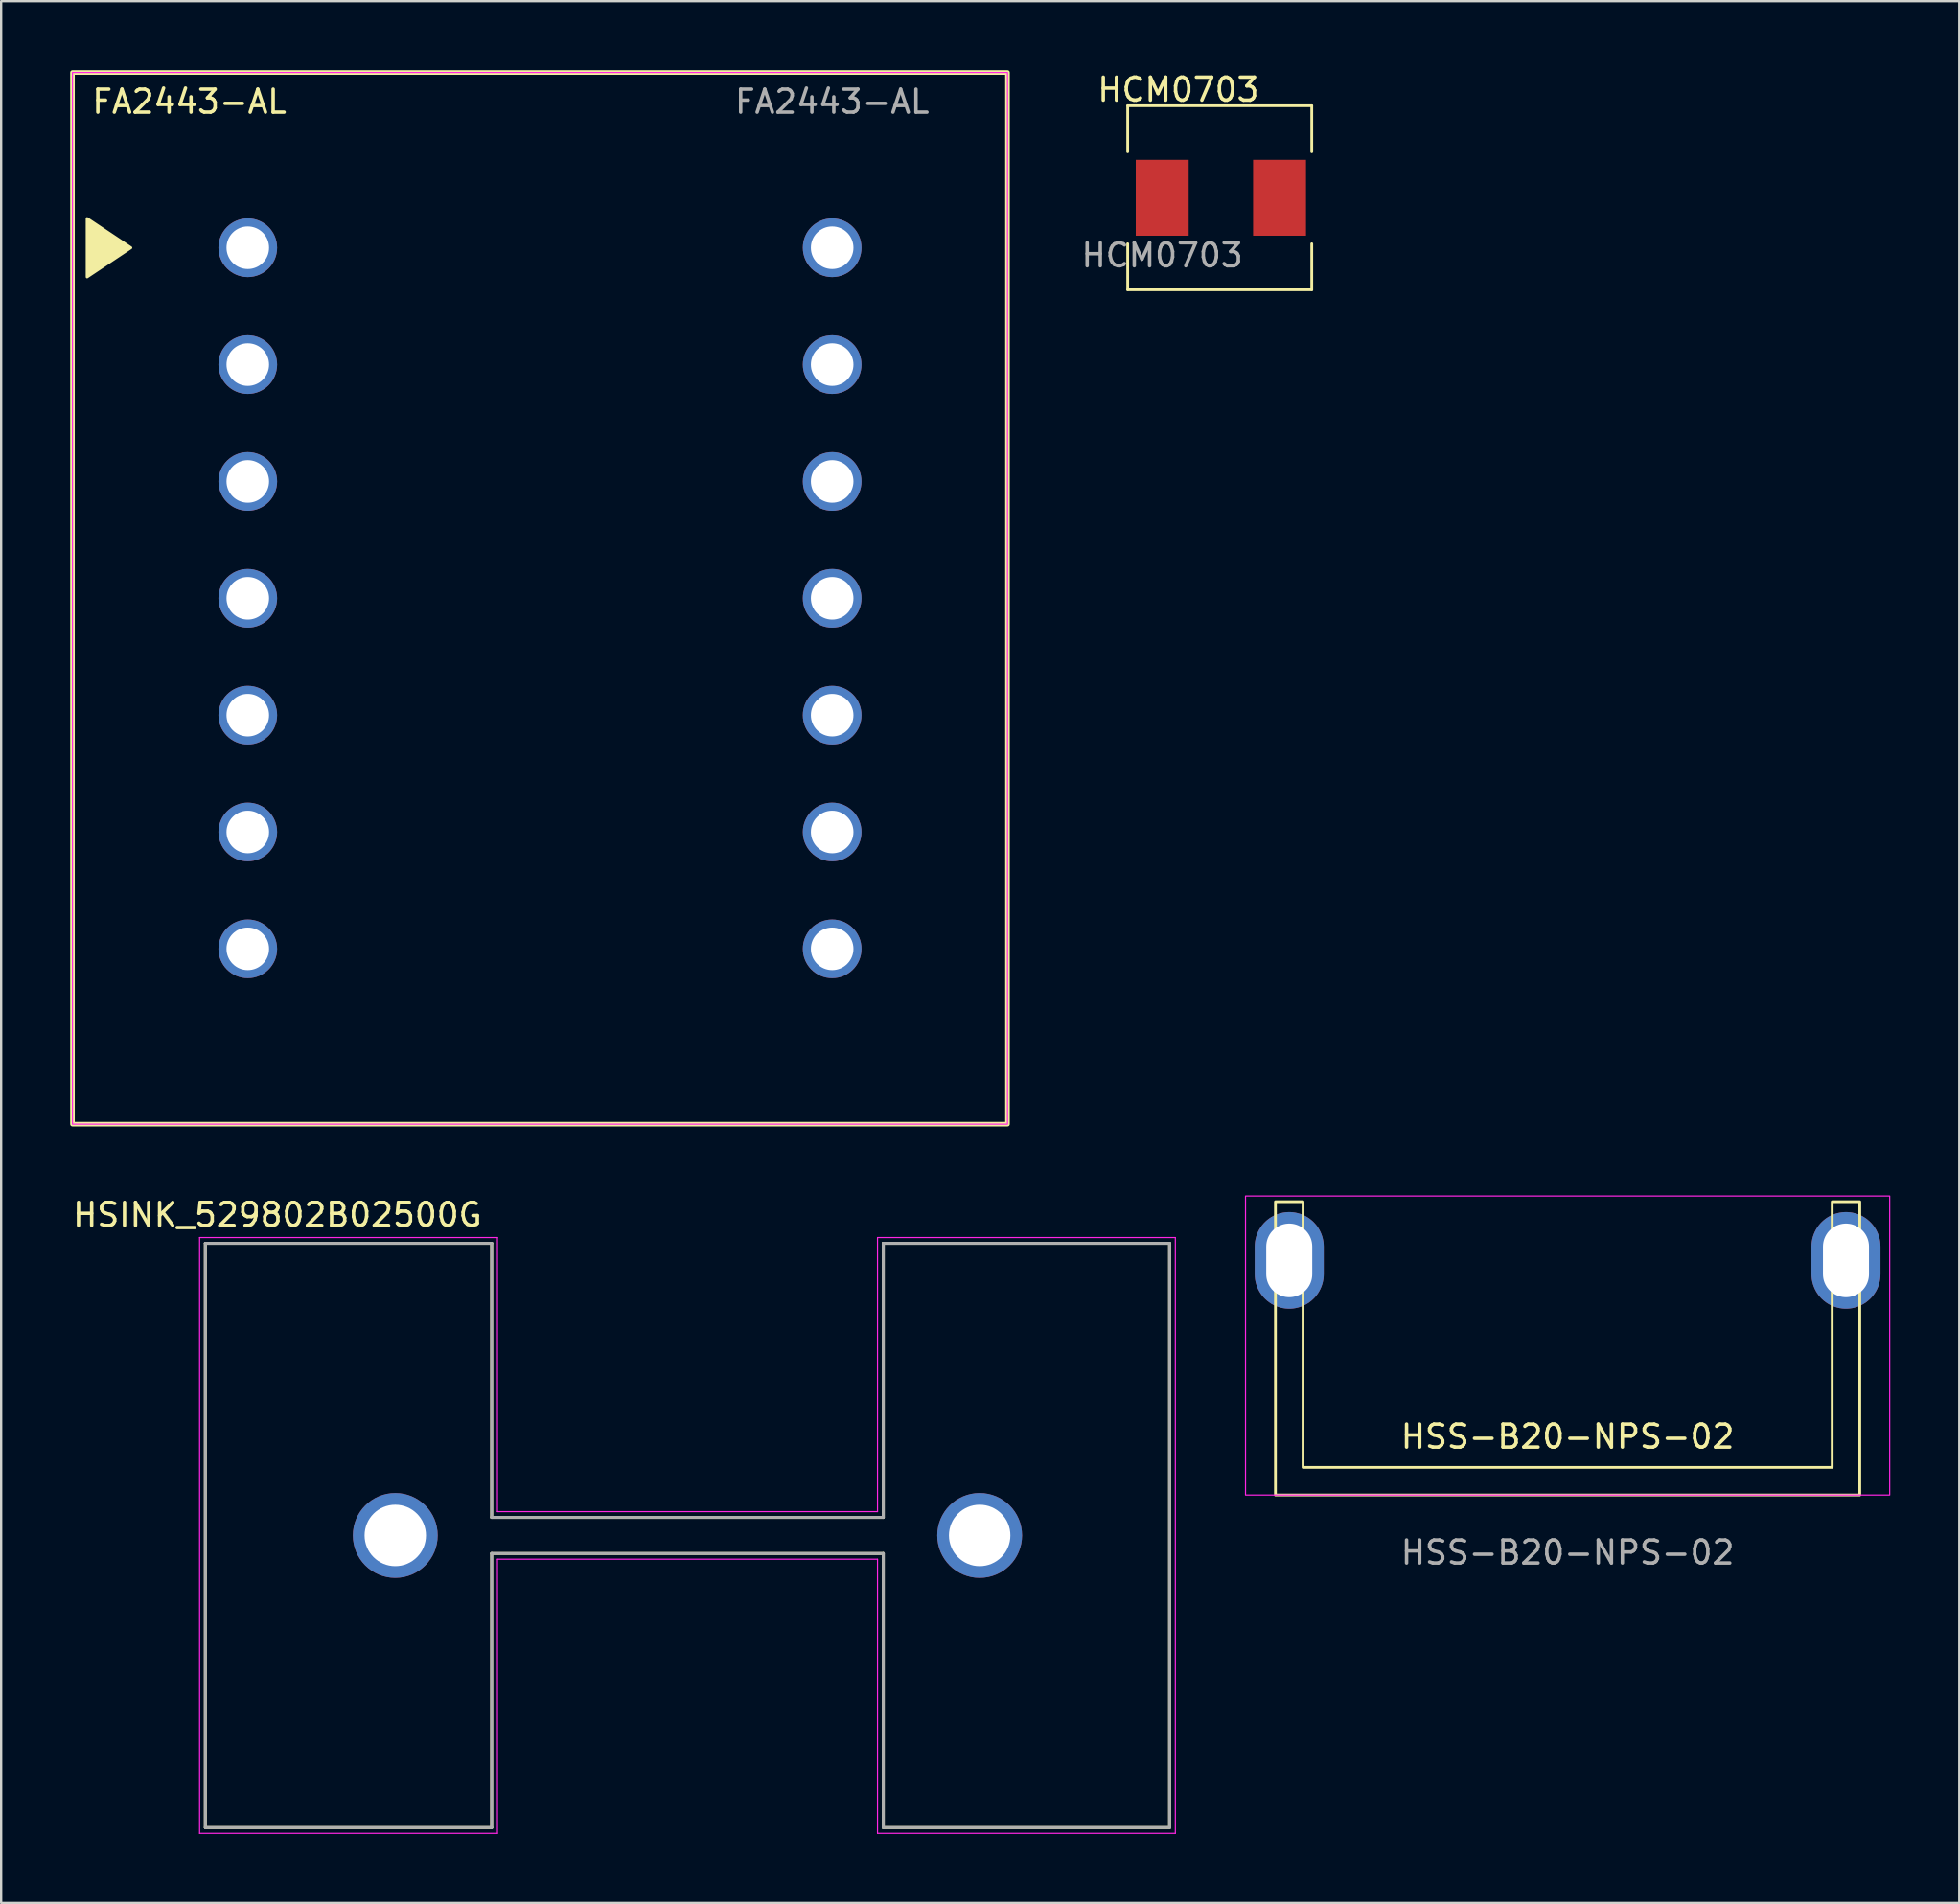
<source format=kicad_pcb>
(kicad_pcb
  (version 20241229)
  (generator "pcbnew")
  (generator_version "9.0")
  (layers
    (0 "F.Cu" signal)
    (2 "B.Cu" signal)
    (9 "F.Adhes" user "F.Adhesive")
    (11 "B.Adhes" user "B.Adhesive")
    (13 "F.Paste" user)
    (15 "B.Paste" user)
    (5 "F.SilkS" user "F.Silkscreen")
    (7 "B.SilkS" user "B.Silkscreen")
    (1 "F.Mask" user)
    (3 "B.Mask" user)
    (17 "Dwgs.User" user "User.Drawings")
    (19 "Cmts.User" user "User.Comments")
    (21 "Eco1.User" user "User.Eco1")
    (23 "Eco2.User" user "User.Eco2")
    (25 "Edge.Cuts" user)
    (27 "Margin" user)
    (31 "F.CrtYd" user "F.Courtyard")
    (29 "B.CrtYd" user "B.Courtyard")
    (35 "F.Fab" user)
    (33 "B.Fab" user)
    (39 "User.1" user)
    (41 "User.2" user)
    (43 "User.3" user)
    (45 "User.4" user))
  (footprint "HSINK_529802B02500G"
    (layer "F.Cu")
    (at 26.831 63.703)
    (property "Reference" "HSINK_529802B02500G" (at -17.825 -13.935 0) (layer "F.SilkS") (effects (font (size 1 1) (thickness 0.15))))
    (attr through_hole)
    (fp_line (start -20.955 -12.7) (end -8.51 -12.7) (stroke (width 0.127) (type solid)) (layer "F.SilkS"))
    (fp_line (start -20.955 12.7) (end -20.955 -12.7) (stroke (width 0.127) (type solid)) (layer "F.SilkS"))
    (fp_line (start -8.51 -12.7) (end -8.51 -0.785) (stroke (width 0.127) (type solid)) (layer "F.SilkS"))
    (fp_line (start -8.51 -0.785) (end 8.51 -0.785) (stroke (width 0.127) (type solid)) (layer "F.SilkS"))
    (fp_line (start -8.51 0.785) (end -8.51 12.7) (stroke (width 0.127) (type solid)) (layer "F.SilkS"))
    (fp_line (start -8.51 12.7) (end -20.955 12.7) (stroke (width 0.127) (type solid)) (layer "F.SilkS"))
    (fp_line (start 8.51 -12.7) (end 20.955 -12.7) (stroke (width 0.127) (type solid)) (layer "F.SilkS"))
    (fp_line (start 8.51 -0.785) (end 8.51 -12.7) (stroke (width 0.127) (type solid)) (layer "F.SilkS"))
    (fp_line (start 8.51 0.785) (end -8.51 0.785) (stroke (width 0.127) (type solid)) (layer "F.SilkS"))
    (fp_line (start 8.51 12.7) (end 8.51 0.785) (stroke (width 0.127) (type solid)) (layer "F.SilkS"))
    (fp_line (start 20.955 -12.7) (end 20.955 12.7) (stroke (width 0.127) (type solid)) (layer "F.SilkS"))
    (fp_line (start 20.955 12.7) (end 8.51 12.7) (stroke (width 0.127) (type solid)) (layer "F.SilkS"))
    (fp_line (start -21.205 -12.95) (end -8.26 -12.95) (stroke (width 0.05) (type solid)) (layer "F.CrtYd"))
    (fp_line (start -21.205 12.95) (end -21.205 -12.95) (stroke (width 0.05) (type solid)) (layer "F.CrtYd"))
    (fp_line (start -8.26 -12.95) (end -8.26 -1.035) (stroke (width 0.05) (type solid)) (layer "F.CrtYd"))
    (fp_line (start -8.26 -1.035) (end 8.26 -1.035) (stroke (width 0.05) (type solid)) (layer "F.CrtYd"))
    (fp_line (start -8.26 1.035) (end -8.26 12.95) (stroke (width 0.05) (type solid)) (layer "F.CrtYd"))
    (fp_line (start -8.26 12.95) (end -21.205 12.95) (stroke (width 0.05) (type solid)) (layer "F.CrtYd"))
    (fp_line (start 8.26 -12.95) (end 21.205 -12.95) (stroke (width 0.05) (type solid)) (layer "F.CrtYd"))
    (fp_line (start 8.26 -1.035) (end 8.26 -12.95) (stroke (width 0.05) (type solid)) (layer "F.CrtYd"))
    (fp_line (start 8.26 1.035) (end -8.26 1.035) (stroke (width 0.05) (type solid)) (layer "F.CrtYd"))
    (fp_line (start 8.26 12.95) (end 8.26 1.035) (stroke (width 0.05) (type solid)) (layer "F.CrtYd"))
    (fp_line (start 21.205 -12.95) (end 21.205 12.95) (stroke (width 0.05) (type solid)) (layer "F.CrtYd"))
    (fp_line (start 21.205 12.95) (end 8.26 12.95) (stroke (width 0.05) (type solid)) (layer "F.CrtYd"))
    (fp_line (start -20.955 -12.7) (end -8.51 -12.7) (stroke (width 0.127) (type solid)) (layer "F.Fab"))
    (fp_line (start -20.955 12.7) (end -20.955 -12.7) (stroke (width 0.127) (type solid)) (layer "F.Fab"))
    (fp_line (start -8.51 -12.7) (end -8.51 -0.785) (stroke (width 0.127) (type solid)) (layer "F.Fab"))
    (fp_line (start -8.51 -0.785) (end 8.51 -0.785) (stroke (width 0.127) (type solid)) (layer "F.Fab"))
    (fp_line (start -8.51 0.785) (end -8.51 12.7) (stroke (width 0.127) (type solid)) (layer "F.Fab"))
    (fp_line (start -8.51 12.7) (end -20.955 12.7) (stroke (width 0.127) (type solid)) (layer "F.Fab"))
    (fp_line (start 8.51 -12.7) (end 20.955 -12.7) (stroke (width 0.127) (type solid)) (layer "F.Fab"))
    (fp_line (start 8.51 -0.785) (end 8.51 -12.7) (stroke (width 0.127) (type solid)) (layer "F.Fab"))
    (fp_line (start 8.51 0.785) (end -8.51 0.785) (stroke (width 0.127) (type solid)) (layer "F.Fab"))
    (fp_line (start 8.51 12.7) (end 8.51 0.785) (stroke (width 0.127) (type solid)) (layer "F.Fab"))
    (fp_line (start 20.955 -12.7) (end 20.955 12.7) (stroke (width 0.127) (type solid)) (layer "F.Fab"))
    (fp_line (start 20.955 12.7) (end 8.51 12.7) (stroke (width 0.127) (type solid)) (layer "F.Fab"))
    (pad "S1" thru_hole circle (at -12.7 0) (size 3.686 3.686) (drill 2.67) (layers "*.Cu" "*.Mask"))
    (pad "S2" thru_hole circle (at 12.7 0) (size 3.686 3.686) (drill 2.67) (layers "*.Cu" "*.Mask")))
  (footprint "HCM0703"
    (layer "F.Cu")
    (at 47.465 5.548)
    (property "Reference" "HCM0703" (at 0.7 -4.7 0) (unlocked yes) (layer "F.SilkS") (effects (font (size 1 1) (thickness 0.15))))
    (attr smd)
    (fp_line (start -1.5 -4) (end 6.5 -4) (stroke (width 0.12) (type default)) (layer "F.SilkS"))
    (fp_line (start -1.5 -2) (end -1.5 -4) (stroke (width 0.12) (type default)) (layer "F.SilkS"))
    (fp_line (start -1.5 4) (end -1.5 2) (stroke (width 0.12) (type default)) (layer "F.SilkS"))
    (fp_line (start 6.5 -4) (end 6.5 -2) (stroke (width 0.12) (type default)) (layer "F.SilkS"))
    (fp_line (start 6.5 2) (end 6.5 4) (stroke (width 0.12) (type default)) (layer "F.SilkS"))
    (fp_line (start 6.5 4) (end -1.5 4) (stroke (width 0.12) (type default)) (layer "F.SilkS"))
    (fp_text user "${REFERENCE}" (at 0 2.5 0) (unlocked yes) (layer "F.Fab") (effects (font (size 1 1) (thickness 0.15))))
    (pad "1" smd rect (at 5.1 0) (size 2.3 3.3) (layers "F.Cu" "F.Mask" "F.Paste"))
    (pad "2" smd rect (at 0 0) (size 2.3 3.3) (layers "F.Cu" "F.Mask" "F.Paste")))
  (footprint "FA2443-AL"
    (layer "F.Cu")
    (at 7.72 7.72)
    (property "Reference" "FA2443-AL" (at -2.54 -6.35 0) (unlocked yes) (layer "F.SilkS") (effects (font (size 1 1) (thickness 0.15))))
    (attr through_hole)
    (fp_rect (start -7.62 -7.62) (end 33.02 38.1) (stroke (width 0.2) (type default)) (fill no) (layer "F.SilkS"))
    (fp_poly (pts (xy -6.985 -1.27) (xy -6.985 1.27) (xy -5.08 0)) (stroke (width 0.12) (type solid)) (fill yes) (layer "F.SilkS"))
    (fp_rect (start -7.62 -7.62) (end 33.02 38.1) (stroke (width 0.05) (type default)) (fill no) (layer "F.CrtYd"))
    (fp_text user "${REFERENCE}" (at 25.4 -6.35 0) (unlocked yes) (layer "F.Fab") (effects (font (size 1 1) (thickness 0.15))))
    (pad "1" thru_hole circle (at 0 0) (size 2.55 2.55) (drill 1.85) (layers "*.Cu" "*.Mask"))
    (pad "2" thru_hole circle (at 0 5.08) (size 2.55 2.55) (drill 1.85) (layers "*.Cu" "*.Mask"))
    (pad "3" thru_hole circle (at 0 10.16) (size 2.55 2.55) (drill 1.85) (layers "*.Cu" "*.Mask"))
    (pad "4" thru_hole circle (at 0 15.24) (size 2.55 2.55) (drill 1.85) (layers "*.Cu" "*.Mask"))
    (pad "5" thru_hole circle (at 0 20.32) (size 2.55 2.55) (drill 1.85) (layers "*.Cu" "*.Mask"))
    (pad "6" thru_hole circle (at 0 25.4) (size 2.55 2.55) (drill 1.85) (layers "*.Cu" "*.Mask"))
    (pad "7" thru_hole circle (at 0 30.48) (size 2.55 2.55) (drill 1.85) (layers "*.Cu" "*.Mask"))
    (pad "8" thru_hole circle (at 25.4 30.48) (size 2.55 2.55) (drill 1.85) (layers "*.Cu" "*.Mask"))
    (pad "9" thru_hole circle (at 25.4 25.4) (size 2.55 2.55) (drill 1.85) (layers "*.Cu" "*.Mask"))
    (pad "10" thru_hole circle (at 25.4 20.32) (size 2.55 2.55) (drill 1.85) (layers "*.Cu" "*.Mask"))
    (pad "11" thru_hole circle (at 25.4 15.24) (size 2.55 2.55) (drill 1.85) (layers "*.Cu" "*.Mask"))
    (pad "12" thru_hole circle (at 25.4 10.16) (size 2.55 2.55) (drill 1.85) (layers "*.Cu" "*.Mask"))
    (pad "13" thru_hole circle (at 25.4 5.08) (size 2.55 2.55) (drill 1.85) (layers "*.Cu" "*.Mask"))
    (pad "14" thru_hole circle (at 25.4 0) (size 2.55 2.55) (drill 1.85) (layers "*.Cu" "*.Mask")))
  (footprint "HSS-B20-NPS-02"
    (layer "F.Cu")
    (at 65.086 61.945)
    (property "Reference" "HSS-B20-NPS-02" (at 0 -2.54 0) (unlocked yes) (layer "F.SilkS") (effects (font (size 1 1) (thickness 0.15))))
    (attr through_hole)
    (fp_poly (pts (xy -11.5 -1.2) (xy -0.3 -1.2) (xy 11.5 -1.2) (xy 11.5 -12.75) (xy 12.7 -12.75) (xy 12.7 0) (xy 11.5 0) (xy -0.3 0) (xy -11.5 0) (xy -12.7 0) (xy -12.7 -12.75) (xy -11.5 -12.75)) (stroke (width 0.12) (type solid)) (fill no) (layer "F.SilkS"))
    (fp_rect (start -14 -13) (end 14 0) (stroke (width 0.05) (type default)) (fill no) (layer "F.CrtYd"))
    (fp_text user "${REFERENCE}" (at 0 2.5 0) (unlocked yes) (layer "F.Fab") (effects (font (size 1 1) (thickness 0.15))))
    (pad "1" thru_hole oval (at -12.1 -10.2 90) (size 4.2 3) (drill oval 3.2 2) (layers "*.Cu" "*.Mask"))
    (pad "1" thru_hole oval (at 12.1 -10.2 90) (size 4.2 3) (drill oval 3.2 2) (layers "*.Cu" "*.Mask")))
  (gr_rect
    (start -3 -3)
    (end 82.111 79.678)
    (stroke (width 0.1) (type default))
    (fill no)
    (layer "Edge.Cuts")))
</source>
